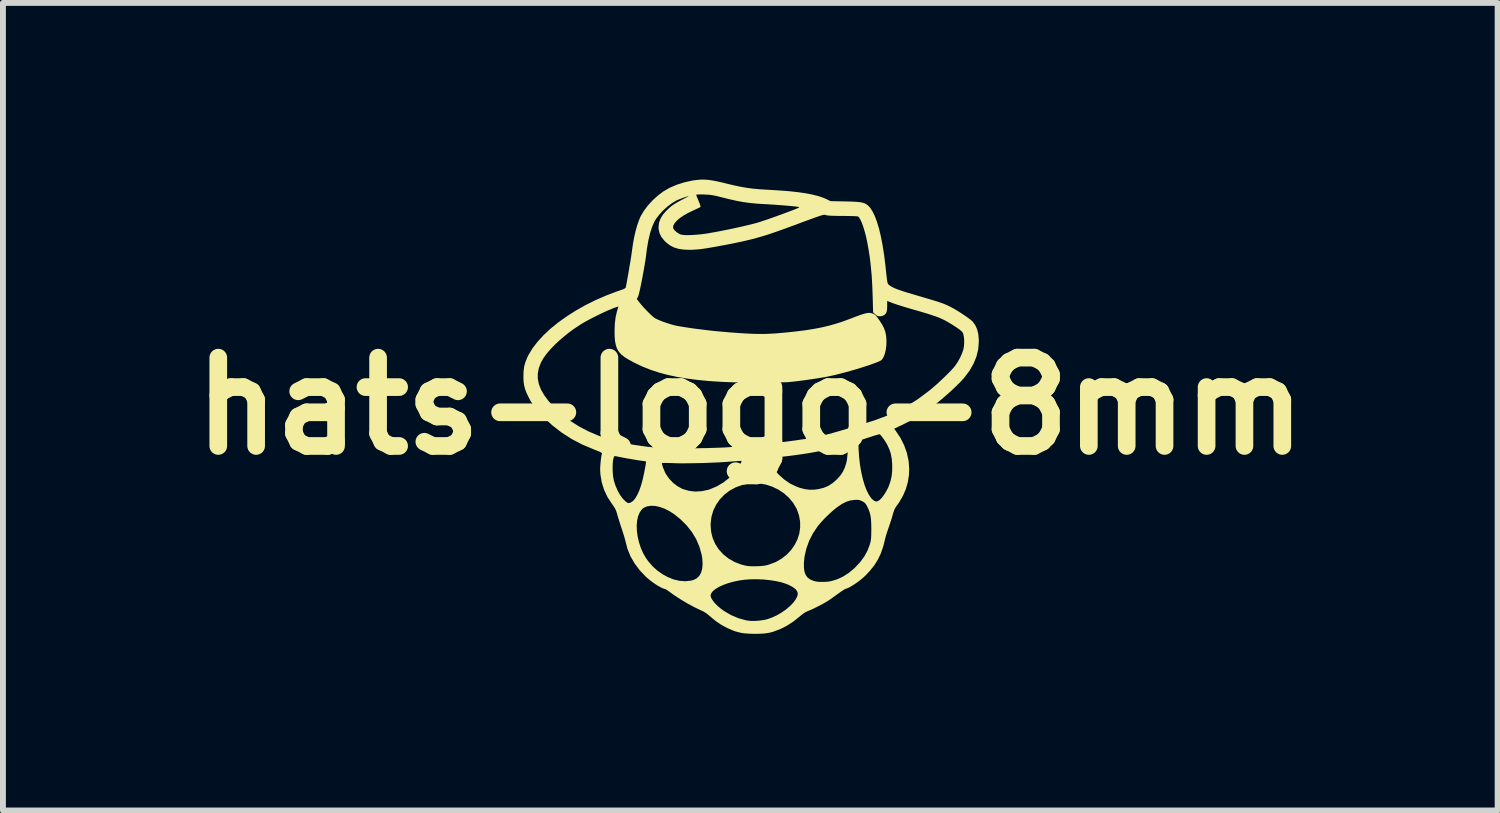
<source format=kicad_pcb>
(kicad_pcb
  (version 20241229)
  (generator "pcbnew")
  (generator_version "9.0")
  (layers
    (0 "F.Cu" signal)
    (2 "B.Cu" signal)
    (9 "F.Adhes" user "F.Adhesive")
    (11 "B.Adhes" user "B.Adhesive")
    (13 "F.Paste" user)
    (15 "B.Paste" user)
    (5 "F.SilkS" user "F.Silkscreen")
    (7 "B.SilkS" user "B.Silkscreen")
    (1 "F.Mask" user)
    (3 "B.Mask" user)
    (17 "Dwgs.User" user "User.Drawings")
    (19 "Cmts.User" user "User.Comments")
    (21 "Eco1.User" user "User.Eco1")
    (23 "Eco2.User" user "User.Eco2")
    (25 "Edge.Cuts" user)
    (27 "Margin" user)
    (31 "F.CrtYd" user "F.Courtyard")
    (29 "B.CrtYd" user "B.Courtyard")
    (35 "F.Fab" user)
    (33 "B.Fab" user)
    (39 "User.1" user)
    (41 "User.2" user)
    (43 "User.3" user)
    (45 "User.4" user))
  (footprint "hats-logo-8mm"
    (layer "F.Cu")
    (at 9.693 3.846)
    (property "Reference" "hats-logo-8mm" (at 0 0 0) (layer "F.SilkS") (effects (font (size 1.5 1.5) (thickness 0.3))))
    (attr board_only exclude_from_pos_files exclude_from_bom)
    (fp_poly (pts (xy -0.725 -3.842) (xy -0.655 -3.833) (xy -0.576 -3.818) (xy -0.484 -3.798) (xy -0.396 -3.776) (xy -0.274 -3.747) (xy -0.164 -3.724) (xy -0.06 -3.706) (xy 0.045 -3.692) (xy 0.155 -3.682) (xy 0.278 -3.674) (xy 0.298 -3.673) (xy 0.485 -3.662) (xy 0.653 -3.649) (xy 0.803 -3.633) (xy 0.936 -3.614) (xy 1.051 -3.592) (xy 1.151 -3.567) (xy 1.235 -3.539) (xy 1.285 -3.518) (xy 1.363 -3.48) (xy 1.607 -3.475) (xy 1.697 -3.473) (xy 1.769 -3.47) (xy 1.827 -3.466) (xy 1.873 -3.461) (xy 1.909 -3.453) (xy 1.939 -3.444) (xy 1.964 -3.431) (xy 1.988 -3.415) (xy 1.99 -3.414) (xy 2.034 -3.37) (xy 2.075 -3.307) (xy 2.115 -3.226) (xy 2.152 -3.127) (xy 2.187 -3.011) (xy 2.218 -2.878) (xy 2.247 -2.729) (xy 2.273 -2.565) (xy 2.295 -2.385) (xy 2.296 -2.377) (xy 2.305 -2.293) (xy 2.312 -2.227) (xy 2.318 -2.175) (xy 2.323 -2.136) (xy 2.328 -2.108) (xy 2.333 -2.088) (xy 2.339 -2.075) (xy 2.346 -2.065) (xy 2.354 -2.058) (xy 2.365 -2.05) (xy 2.371 -2.046) (xy 2.392 -2.031) (xy 2.418 -2.017) (xy 2.449 -2.002) (xy 2.489 -1.986) (xy 2.539 -1.968) (xy 2.6 -1.947) (xy 2.675 -1.924) (xy 2.765 -1.897) (xy 2.871 -1.866) (xy 2.884 -1.862) (xy 2.985 -1.832) (xy 3.069 -1.807) (xy 3.139 -1.786) (xy 3.197 -1.768) (xy 3.245 -1.751) (xy 3.287 -1.736) (xy 3.323 -1.721) (xy 3.356 -1.706) (xy 3.389 -1.69) (xy 3.41 -1.679) (xy 3.458 -1.653) (xy 3.512 -1.621) (xy 3.568 -1.586) (xy 3.624 -1.549) (xy 3.677 -1.513) (xy 3.722 -1.48) (xy 3.757 -1.452) (xy 3.778 -1.433) (xy 3.822 -1.371) (xy 3.853 -1.301) (xy 3.873 -1.219) (xy 3.881 -1.124) (xy 3.881 -1.089) (xy 3.871 -0.964) (xy 3.841 -0.84) (xy 3.792 -0.719) (xy 3.724 -0.6) (xy 3.637 -0.485) (xy 3.579 -0.42) (xy 3.499 -0.34) (xy 3.407 -0.253) (xy 3.307 -0.165) (xy 3.205 -0.078) (xy 3.104 0.002) (xy 3.032 0.057) (xy 2.964 0.103) (xy 2.884 0.154) (xy 2.795 0.207) (xy 2.705 0.257) (xy 2.617 0.302) (xy 2.576 0.322) (xy 2.443 0.385) (xy 2.466 0.415) (xy 2.548 0.537) (xy 2.613 0.666) (xy 2.66 0.798) (xy 2.689 0.934) (xy 2.699 1.071) (xy 2.695 1.167) (xy 2.676 1.292) (xy 2.642 1.411) (xy 2.592 1.526) (xy 2.525 1.641) (xy 2.472 1.714) (xy 2.449 1.756) (xy 2.427 1.817) (xy 2.419 1.846) (xy 2.406 1.893) (xy 2.388 1.95) (xy 2.368 2.011) (xy 2.349 2.066) (xy 2.331 2.119) (xy 2.314 2.171) (xy 2.3 2.216) (xy 2.292 2.249) (xy 2.291 2.252) (xy 2.258 2.384) (xy 2.218 2.502) (xy 2.167 2.608) (xy 2.105 2.707) (xy 2.028 2.803) (xy 1.959 2.876) (xy 1.912 2.92) (xy 1.858 2.964) (xy 1.8 3.006) (xy 1.743 3.044) (xy 1.691 3.075) (xy 1.646 3.096) (xy 1.623 3.103) (xy 1.606 3.111) (xy 1.577 3.128) (xy 1.54 3.153) (xy 1.499 3.182) (xy 1.495 3.185) (xy 1.449 3.218) (xy 1.403 3.251) (xy 1.361 3.281) (xy 1.331 3.301) (xy 1.292 3.326) (xy 1.241 3.355) (xy 1.183 3.386) (xy 1.124 3.416) (xy 1.068 3.444) (xy 1.018 3.466) (xy 0.981 3.481) (xy 0.977 3.483) (xy 0.939 3.5) (xy 0.895 3.529) (xy 0.843 3.571) (xy 0.841 3.573) (xy 0.73 3.661) (xy 0.62 3.732) (xy 0.508 3.789) (xy 0.39 3.833) (xy 0.331 3.849) (xy 0.281 3.858) (xy 0.218 3.865) (xy 0.144 3.868) (xy 0.067 3.869) (xy -0.01 3.867) (xy -0.082 3.862) (xy -0.143 3.855) (xy -0.175 3.848) (xy -0.215 3.838) (xy -0.251 3.828) (xy -0.277 3.819) (xy -0.278 3.819) (xy -0.39 3.771) (xy -0.488 3.719) (xy -0.577 3.659) (xy -0.664 3.589) (xy -0.681 3.573) (xy -0.739 3.526) (xy -0.791 3.492) (xy -0.816 3.48) (xy -0.931 3.426) (xy -1.054 3.361) (xy -1.177 3.288) (xy -1.283 3.219) (xy -0.674 3.219) (xy -0.666 3.255) (xy -0.642 3.297) (xy -0.606 3.344) (xy -0.558 3.393) (xy -0.501 3.441) (xy -0.445 3.482) (xy -0.326 3.551) (xy -0.201 3.604) (xy -0.074 3.639) (xy -0.044 3.644) (xy 0.011 3.65) (xy 0.078 3.65) (xy 0.15 3.645) (xy 0.219 3.636) (xy 0.278 3.624) (xy 0.278 3.624) (xy 0.363 3.595) (xy 0.448 3.556) (xy 0.529 3.509) (xy 0.606 3.456) (xy 0.674 3.398) (xy 0.731 3.339) (xy 0.774 3.28) (xy 0.801 3.224) (xy 0.807 3.183) (xy 0.795 3.144) (xy 0.765 3.107) (xy 0.717 3.072) (xy 0.65 3.037) (xy 0.605 3.019) (xy 0.529 2.994) (xy 0.438 2.974) (xy 0.336 2.958) (xy 0.229 2.947) (xy 0.12 2.942) (xy 0.015 2.942) (xy -0.084 2.949) (xy -0.088 2.949) (xy -0.188 2.963) (xy -0.284 2.983) (xy -0.374 3.008) (xy -0.455 3.037) (xy -0.526 3.069) (xy -0.585 3.104) (xy -0.631 3.139) (xy -0.661 3.176) (xy -0.674 3.212) (xy -0.674 3.219) (xy -1.283 3.219) (xy -1.294 3.212) (xy -1.359 3.165) (xy -1.393 3.14) (xy -1.423 3.121) (xy -1.443 3.109) (xy -1.449 3.107) (xy -1.476 3.1) (xy -1.514 3.083) (xy -1.56 3.058) (xy -1.612 3.025) (xy -1.665 2.988) (xy -1.716 2.949) (xy -1.763 2.909) (xy -1.77 2.903) (xy -1.875 2.793) (xy -1.963 2.676) (xy -2.034 2.554) (xy -2.086 2.426) (xy -2.115 2.315) (xy -2.124 2.28) (xy -2.137 2.232) (xy -2.154 2.176) (xy -2.173 2.117) (xy -2.183 2.086) (xy -2.202 2.03) (xy -1.929 2.03) (xy -1.926 2.121) (xy -1.913 2.216) (xy -1.891 2.312) (xy -1.861 2.406) (xy -1.821 2.497) (xy -1.773 2.581) (xy -1.732 2.638) (xy -1.656 2.725) (xy -1.577 2.796) (xy -1.49 2.857) (xy -1.408 2.902) (xy -1.307 2.944) (xy -1.206 2.968) (xy -1.106 2.976) (xy -1.011 2.966) (xy -0.967 2.955) (xy -0.912 2.928) (xy -0.868 2.887) (xy -0.836 2.832) (xy -0.817 2.763) (xy -0.81 2.683) (xy -0.815 2.592) (xy -0.826 2.526) (xy -0.864 2.389) (xy -0.92 2.259) (xy -0.993 2.138) (xy -1.084 2.024) (xy -1.085 2.023) (xy -0.674 2.023) (xy -0.665 2.137) (xy -0.638 2.245) (xy -0.594 2.345) (xy -0.534 2.437) (xy -0.459 2.519) (xy -0.37 2.59) (xy -0.268 2.648) (xy -0.172 2.686) (xy -0.119 2.702) (xy -0.069 2.713) (xy -0.018 2.72) (xy 0.041 2.722) (xy 0.113 2.721) (xy 0.117 2.721) (xy 0.18 2.718) (xy 0.231 2.713) (xy 0.275 2.705) (xy 0.321 2.692) (xy 0.321 2.692) (xy 0.396 2.663) (xy 0.911 2.663) (xy 0.911 2.748) (xy 0.921 2.816) (xy 0.942 2.871) (xy 0.974 2.914) (xy 1.02 2.947) (xy 1.079 2.971) (xy 1.094 2.975) (xy 1.139 2.984) (xy 1.196 2.987) (xy 1.259 2.987) (xy 1.32 2.983) (xy 1.369 2.975) (xy 1.474 2.944) (xy 1.579 2.895) (xy 1.679 2.83) (xy 1.772 2.751) (xy 1.782 2.741) (xy 1.868 2.648) (xy 1.936 2.556) (xy 1.988 2.462) (xy 2.026 2.363) (xy 2.035 2.335) (xy 2.043 2.305) (xy 2.048 2.274) (xy 2.052 2.239) (xy 2.054 2.196) (xy 2.055 2.141) (xy 2.056 2.086) (xy 2.054 1.996) (xy 2.05 1.922) (xy 2.041 1.86) (xy 2.027 1.804) (xy 2.007 1.751) (xy 1.981 1.698) (xy 1.981 1.698) (xy 1.961 1.663) (xy 1.94 1.641) (xy 1.912 1.622) (xy 1.898 1.616) (xy 1.87 1.603) (xy 1.845 1.595) (xy 1.817 1.593) (xy 1.78 1.594) (xy 1.765 1.595) (xy 1.698 1.604) (xy 1.631 1.626) (xy 1.562 1.66) (xy 1.487 1.71) (xy 1.45 1.738) (xy 1.392 1.786) (xy 1.329 1.844) (xy 1.265 1.906) (xy 1.207 1.969) (xy 1.157 2.027) (xy 1.142 2.047) (xy 1.062 2.166) (xy 0.998 2.293) (xy 0.951 2.425) (xy 0.921 2.558) (xy 0.911 2.663) (xy 0.396 2.663) (xy 0.432 2.65) (xy 0.531 2.593) (xy 0.618 2.525) (xy 0.692 2.447) (xy 0.753 2.36) (xy 0.8 2.267) (xy 0.832 2.168) (xy 0.847 2.065) (xy 0.846 1.96) (xy 0.827 1.856) (xy 0.79 1.752) (xy 0.786 1.743) (xy 0.729 1.646) (xy 0.658 1.56) (xy 0.573 1.484) (xy 0.478 1.42) (xy 0.374 1.37) (xy 0.264 1.334) (xy 0.15 1.315) (xy 0.035 1.312) (xy -0.02 1.317) (xy -0.139 1.342) (xy -0.25 1.382) (xy -0.351 1.437) (xy -0.44 1.505) (xy -0.516 1.584) (xy -0.579 1.674) (xy -0.627 1.772) (xy -0.659 1.879) (xy -0.673 1.992) (xy -0.674 2.023) (xy -1.085 2.023) (xy -1.193 1.917) (xy -1.293 1.837) (xy -1.375 1.784) (xy -1.457 1.743) (xy -1.538 1.714) (xy -1.616 1.697) (xy -1.688 1.694) (xy -1.752 1.704) (xy -1.807 1.727) (xy -1.838 1.751) (xy -1.876 1.803) (xy -1.904 1.868) (xy -1.922 1.945) (xy -1.929 2.03) (xy -2.202 2.03) (xy -2.203 2.025) (xy -2.223 1.963) (xy -2.241 1.905) (xy -2.256 1.857) (xy -2.26 1.839) (xy -2.274 1.794) (xy -2.288 1.758) (xy -2.306 1.725) (xy -2.331 1.687) (xy -2.347 1.666) (xy -2.425 1.547) (xy -2.484 1.422) (xy -2.524 1.293) (xy -2.546 1.158) (xy -2.55 1.07) (xy -2.548 1.027) (xy -2.338 1.027) (xy -2.338 1.086) (xy -2.335 1.145) (xy -2.329 1.202) (xy -2.32 1.253) (xy -2.316 1.269) (xy -2.289 1.355) (xy -2.253 1.436) (xy -2.212 1.51) (xy -2.167 1.572) (xy -2.12 1.619) (xy -2.113 1.624) (xy -2.088 1.642) (xy -2.071 1.649) (xy -2.053 1.647) (xy -2.027 1.637) (xy -1.991 1.612) (xy -1.954 1.569) (xy -1.919 1.509) (xy -1.885 1.434) (xy -1.854 1.345) (xy -1.826 1.243) (xy -1.804 1.141) (xy -1.791 1.073) (xy -1.781 1.022) (xy -1.775 0.985) (xy -1.773 0.969) (xy -1.501 0.969) (xy -1.5 0.983) (xy -1.493 1.01) (xy -1.482 1.045) (xy -1.466 1.084) (xy -1.45 1.122) (xy -1.434 1.153) (xy -1.38 1.232) (xy -1.313 1.303) (xy -1.235 1.363) (xy -1.153 1.407) (xy -1.143 1.411) (xy -1.039 1.441) (xy -0.931 1.453) (xy -0.82 1.446) (xy -0.707 1.421) (xy -0.684 1.413) (xy -0.568 1.364) (xy -0.459 1.3) (xy -0.36 1.222) (xy -0.274 1.133) (xy -0.228 1.073) (xy -0.197 1.026) (xy -0.172 0.986) (xy -0.155 0.956) (xy -0.148 0.937) (xy -0.148 0.933) (xy -0.159 0.932) (xy -0.185 0.933) (xy -0.225 0.936) (xy -0.275 0.939) (xy -0.323 0.943) (xy -0.422 0.95) (xy -0.533 0.957) (xy -0.65 0.962) (xy -0.771 0.967) (xy -0.891 0.97) (xy -1.007 0.972) (xy -1.116 0.973) (xy -1.212 0.973) (xy -1.294 0.971) (xy -1.303 0.97) (xy -1.362 0.968) (xy -1.415 0.967) (xy -1.457 0.967) (xy -1.487 0.967) (xy -1.5 0.969) (xy -1.501 0.969) (xy -1.773 0.969) (xy -1.772 0.961) (xy -1.773 0.947) (xy -1.775 0.94) (xy -1.78 0.938) (xy -1.8 0.936) (xy -1.835 0.931) (xy -1.882 0.925) (xy -1.937 0.916) (xy -1.995 0.906) (xy -2.054 0.896) (xy -2.087 0.891) (xy 0.292 0.891) (xy 0.328 0.956) (xy 0.398 1.065) (xy 0.481 1.163) (xy 0.576 1.248) (xy 0.68 1.319) (xy 0.792 1.372) (xy 0.83 1.386) (xy 0.922 1.411) (xy 1.007 1.422) (xy 1.094 1.42) (xy 1.157 1.411) (xy 1.248 1.389) (xy 1.328 1.355) (xy 1.402 1.306) (xy 1.47 1.246) (xy 1.529 1.181) (xy 1.573 1.115) (xy 1.607 1.042) (xy 1.632 0.96) (xy 1.641 0.918) (xy 1.647 0.866) (xy 1.652 0.811) (xy 1.654 0.757) (xy 1.653 0.71) (xy 1.649 0.675) (xy 1.647 0.667) (xy 1.64 0.646) (xy 1.575 0.666) (xy 1.48 0.693) (xy 1.39 0.717) (xy 1.3 0.739) (xy 1.21 0.759) (xy 1.116 0.778) (xy 1.017 0.796) (xy 0.91 0.813) (xy 0.793 0.83) (xy 0.664 0.847) (xy 0.52 0.864) (xy 0.358 0.883) (xy 0.344 0.885) (xy 0.292 0.891) (xy -2.087 0.891) (xy -2.109 0.887) (xy -2.157 0.877) (xy -2.174 0.874) (xy -2.22 0.865) (xy -2.259 0.857) (xy -2.288 0.852) (xy -2.302 0.85) (xy -2.302 0.85) (xy -2.314 0.859) (xy -2.323 0.885) (xy -2.331 0.923) (xy -2.336 0.972) (xy -2.338 1.027) (xy -2.548 1.027) (xy -2.548 1.021) (xy -2.543 0.963) (xy -2.537 0.904) (xy -2.529 0.849) (xy -2.52 0.807) (xy -2.519 0.803) (xy -2.527 0.794) (xy -2.553 0.779) (xy -2.598 0.76) (xy -2.652 0.739) (xy -2.85 0.656) (xy -3.032 0.561) (xy -3.201 0.453) (xy -3.358 0.332) (xy -3.503 0.199) (xy -3.594 0.102) (xy -3.669 0.008) (xy -3.731 -0.085) (xy -3.771 -0.161) (xy -3.804 -0.232) (xy -3.827 -0.293) (xy -3.841 -0.35) (xy -3.85 -0.41) (xy -3.853 -0.479) (xy -3.853 -0.508) (xy -3.852 -0.555) (xy -3.609 -0.555) (xy -3.609 -0.464) (xy -3.591 -0.372) (xy -3.555 -0.279) (xy -3.5 -0.184) (xy -3.427 -0.085) (xy -3.335 0.016) (xy -3.322 0.03) (xy -3.194 0.148) (xy -3.056 0.253) (xy -2.907 0.348) (xy -2.748 0.431) (xy -2.576 0.504) (xy -2.391 0.566) (xy -2.192 0.617) (xy -1.978 0.659) (xy -1.748 0.692) (xy -1.534 0.713) (xy -1.486 0.715) (xy -1.421 0.717) (xy -1.342 0.718) (xy -1.252 0.719) (xy -1.154 0.719) (xy -1.05 0.719) (xy -0.942 0.718) (xy -0.835 0.716) (xy -0.729 0.714) (xy -0.63 0.711) (xy -0.538 0.708) (xy -0.456 0.705) (xy -0.388 0.701) (xy -0.357 0.699) (xy -0.124 0.68) (xy 0.09 0.66) (xy 0.287 0.641) (xy 0.309 0.639) (xy 1.837 0.639) (xy 1.838 0.678) (xy 1.839 0.733) (xy 1.84 0.742) (xy 1.849 0.875) (xy 1.864 1.003) (xy 1.885 1.125) (xy 1.911 1.238) (xy 1.941 1.341) (xy 1.975 1.43) (xy 2.013 1.506) (xy 2.053 1.564) (xy 2.068 1.58) (xy 2.104 1.61) (xy 2.136 1.622) (xy 2.168 1.615) (xy 2.202 1.592) (xy 2.202 1.592) (xy 2.237 1.555) (xy 2.273 1.506) (xy 2.309 1.448) (xy 2.34 1.389) (xy 2.353 1.357) (xy 2.383 1.272) (xy 2.401 1.188) (xy 2.41 1.099) (xy 2.41 0.999) (xy 2.41 0.992) (xy 2.403 0.898) (xy 2.388 0.816) (xy 2.364 0.741) (xy 2.33 0.666) (xy 2.32 0.647) (xy 2.299 0.611) (xy 2.274 0.573) (xy 2.248 0.537) (xy 2.225 0.507) (xy 2.206 0.486) (xy 2.195 0.479) (xy 2.181 0.482) (xy 2.153 0.49) (xy 2.113 0.501) (xy 2.067 0.516) (xy 2.017 0.532) (xy 1.967 0.548) (xy 1.922 0.563) (xy 1.884 0.576) (xy 1.858 0.585) (xy 1.847 0.59) (xy 1.842 0.598) (xy 1.839 0.613) (xy 1.837 0.639) (xy 0.309 0.639) (xy 0.467 0.622) (xy 0.631 0.602) (xy 0.781 0.582) (xy 0.917 0.562) (xy 1.04 0.541) (xy 1.151 0.519) (xy 1.251 0.496) (xy 1.281 0.489) (xy 1.335 0.475) (xy 1.404 0.456) (xy 1.485 0.433) (xy 1.574 0.407) (xy 1.667 0.379) (xy 1.762 0.351) (xy 1.856 0.323) (xy 1.944 0.295) (xy 2.024 0.27) (xy 2.092 0.249) (xy 2.144 0.231) (xy 2.149 0.229) (xy 2.338 0.158) (xy 2.512 0.079) (xy 2.676 -0.009) (xy 2.835 -0.109) (xy 2.992 -0.225) (xy 3.043 -0.264) (xy 3.102 -0.314) (xy 3.166 -0.369) (xy 3.231 -0.429) (xy 3.295 -0.489) (xy 3.355 -0.548) (xy 3.408 -0.602) (xy 3.451 -0.649) (xy 3.48 -0.684) (xy 3.523 -0.748) (xy 3.563 -0.82) (xy 3.596 -0.894) (xy 3.619 -0.961) (xy 3.621 -0.967) (xy 3.629 -1.017) (xy 3.633 -1.074) (xy 3.632 -1.132) (xy 3.626 -1.185) (xy 3.616 -1.228) (xy 3.611 -1.241) (xy 3.598 -1.26) (xy 3.577 -1.28) (xy 3.544 -1.306) (xy 3.498 -1.338) (xy 3.478 -1.351) (xy 3.425 -1.385) (xy 3.377 -1.414) (xy 3.332 -1.44) (xy 3.289 -1.463) (xy 3.244 -1.484) (xy 3.195 -1.505) (xy 3.141 -1.525) (xy 3.077 -1.546) (xy 3.003 -1.57) (xy 2.917 -1.596) (xy 2.814 -1.626) (xy 2.76 -1.641) (xy 2.685 -1.663) (xy 2.612 -1.685) (xy 2.545 -1.706) (xy 2.486 -1.725) (xy 2.439 -1.741) (xy 2.407 -1.752) (xy 2.406 -1.753) (xy 2.325 -1.785) (xy 2.325 -1.698) (xy 2.323 -1.641) (xy 2.316 -1.601) (xy 2.302 -1.571) (xy 2.28 -1.549) (xy 2.266 -1.54) (xy 2.238 -1.529) (xy 2.204 -1.524) (xy 2.199 -1.524) (xy 2.169 -1.527) (xy 2.143 -1.54) (xy 2.122 -1.557) (xy 2.086 -1.591) (xy 2.079 -1.848) (xy 2.072 -2.039) (xy 2.062 -2.213) (xy 2.047 -2.375) (xy 2.029 -2.528) (xy 2.006 -2.675) (xy 1.979 -2.82) (xy 1.977 -2.827) (xy 1.958 -2.909) (xy 1.937 -2.986) (xy 1.915 -3.057) (xy 1.892 -3.117) (xy 1.87 -3.166) (xy 1.849 -3.201) (xy 1.831 -3.219) (xy 1.83 -3.22) (xy 1.815 -3.222) (xy 1.784 -3.224) (xy 1.74 -3.226) (xy 1.684 -3.227) (xy 1.62 -3.228) (xy 1.568 -3.229) (xy 1.479 -3.229) (xy 1.409 -3.231) (xy 1.355 -3.233) (xy 1.316 -3.236) (xy 1.292 -3.241) (xy 1.287 -3.242) (xy 1.278 -3.245) (xy 1.271 -3.247) (xy 1.262 -3.248) (xy 1.25 -3.248) (xy 1.235 -3.245) (xy 1.215 -3.24) (xy 1.187 -3.231) (xy 1.152 -3.219) (xy 1.107 -3.204) (xy 1.051 -3.183) (xy 0.982 -3.158) (xy 0.899 -3.128) (xy 0.801 -3.091) (xy 0.687 -3.049) (xy 0.681 -3.047) (xy 0.548 -2.998) (xy 0.429 -2.956) (xy 0.321 -2.919) (xy 0.218 -2.887) (xy 0.118 -2.858) (xy 0.017 -2.831) (xy -0.088 -2.806) (xy -0.201 -2.781) (xy -0.327 -2.755) (xy -0.468 -2.728) (xy -0.474 -2.727) (xy -0.582 -2.707) (xy -0.673 -2.691) (xy -0.751 -2.678) (xy -0.819 -2.668) (xy -0.878 -2.661) (xy -0.933 -2.657) (xy -0.985 -2.654) (xy -1.031 -2.653) (xy -1.132 -2.657) (xy -1.22 -2.67) (xy -1.295 -2.693) (xy -1.363 -2.728) (xy -1.426 -2.776) (xy -1.461 -2.81) (xy -1.51 -2.871) (xy -1.541 -2.934) (xy -1.556 -3.001) (xy -1.558 -3.03) (xy -1.311 -3.03) (xy -1.305 -3.01) (xy -1.282 -2.98) (xy -1.247 -2.95) (xy -1.207 -2.925) (xy -1.183 -2.914) (xy -1.149 -2.907) (xy -1.1 -2.903) (xy -1.037 -2.903) (xy -0.964 -2.906) (xy -0.884 -2.912) (xy -0.801 -2.921) (xy -0.716 -2.933) (xy -0.68 -2.94) (xy -0.572 -2.959) (xy -0.459 -2.981) (xy -0.345 -3.004) (xy -0.233 -3.028) (xy -0.126 -3.052) (xy -0.03 -3.075) (xy 0.055 -3.096) (xy 0.112 -3.111) (xy 0.159 -3.126) (xy 0.221 -3.146) (xy 0.293 -3.17) (xy 0.372 -3.198) (xy 0.454 -3.227) (xy 0.536 -3.257) (xy 0.556 -3.264) (xy 0.638 -3.295) (xy 0.702 -3.319) (xy 0.752 -3.338) (xy 0.788 -3.353) (xy 0.812 -3.363) (xy 0.825 -3.371) (xy 0.83 -3.376) (xy 0.827 -3.379) (xy 0.82 -3.382) (xy 0.792 -3.386) (xy 0.747 -3.391) (xy 0.689 -3.397) (xy 0.621 -3.403) (xy 0.545 -3.409) (xy 0.465 -3.415) (xy 0.384 -3.421) (xy 0.304 -3.426) (xy 0.245 -3.429) (xy 0.113 -3.437) (xy -0.006 -3.449) (xy -0.119 -3.464) (xy -0.232 -3.485) (xy -0.353 -3.512) (xy -0.438 -3.533) (xy -0.509 -3.551) (xy -0.566 -3.565) (xy -0.612 -3.575) (xy -0.651 -3.582) (xy -0.688 -3.587) (xy -0.726 -3.59) (xy -0.77 -3.592) (xy -0.784 -3.593) (xy -0.846 -3.594) (xy -0.89 -3.593) (xy -0.913 -3.591) (xy -0.918 -3.587) (xy -0.915 -3.574) (xy -0.905 -3.548) (xy -0.89 -3.512) (xy -0.878 -3.483) (xy -0.861 -3.441) (xy -0.85 -3.408) (xy -0.845 -3.386) (xy -0.846 -3.381) (xy -0.858 -3.374) (xy -0.884 -3.361) (xy -0.92 -3.344) (xy -0.963 -3.324) (xy -0.964 -3.324) (xy -1.053 -3.281) (xy -1.131 -3.237) (xy -1.197 -3.192) (xy -1.248 -3.148) (xy -1.285 -3.105) (xy -1.307 -3.066) (xy -1.311 -3.03) (xy -1.558 -3.03) (xy -1.558 -3.038) (xy -1.55 -3.111) (xy -1.526 -3.181) (xy -1.485 -3.249) (xy -1.434 -3.308) (xy -1.391 -3.351) (xy -1.351 -3.386) (xy -1.307 -3.419) (xy -1.256 -3.451) (xy -1.194 -3.485) (xy -1.159 -3.504) (xy -1.117 -3.526) (xy -1.082 -3.545) (xy -1.057 -3.558) (xy -1.047 -3.565) (xy -1.047 -3.566) (xy -1.063 -3.562) (xy -1.092 -3.553) (xy -1.129 -3.541) (xy -1.171 -3.525) (xy -1.21 -3.51) (xy -1.244 -3.495) (xy -1.258 -3.489) (xy -1.333 -3.444) (xy -1.408 -3.387) (xy -1.481 -3.321) (xy -1.546 -3.25) (xy -1.6 -3.179) (xy -1.629 -3.131) (xy -1.668 -3.042) (xy -1.702 -2.936) (xy -1.731 -2.813) (xy -1.755 -2.676) (xy -1.768 -2.574) (xy -1.774 -2.524) (xy -1.783 -2.463) (xy -1.795 -2.394) (xy -1.808 -2.319) (xy -1.822 -2.242) (xy -1.836 -2.164) (xy -1.851 -2.09) (xy -1.865 -2.021) (xy -1.878 -1.961) (xy -1.89 -1.912) (xy -1.899 -1.877) (xy -1.905 -1.862) (xy -1.927 -1.817) (xy -1.886 -1.763) (xy -1.855 -1.725) (xy -1.817 -1.681) (xy -1.774 -1.635) (xy -1.73 -1.59) (xy -1.688 -1.549) (xy -1.652 -1.517) (xy -1.626 -1.496) (xy -1.593 -1.478) (xy -1.546 -1.457) (xy -1.488 -1.434) (xy -1.424 -1.412) (xy -1.359 -1.391) (xy -1.296 -1.373) (xy -1.28 -1.369) (xy -1.235 -1.36) (xy -1.173 -1.349) (xy -1.098 -1.337) (xy -1.012 -1.324) (xy -0.92 -1.311) (xy -0.822 -1.299) (xy -0.724 -1.287) (xy -0.627 -1.276) (xy -0.534 -1.267) (xy -0.466 -1.261) (xy -0.325 -1.249) (xy -0.2 -1.24) (xy -0.089 -1.233) (xy 0.01 -1.228) (xy 0.102 -1.225) (xy 0.188 -1.224) (xy 0.271 -1.225) (xy 0.354 -1.229) (xy 0.44 -1.234) (xy 0.532 -1.242) (xy 0.63 -1.251) (xy 0.796 -1.269) (xy 0.945 -1.288) (xy 1.081 -1.31) (xy 1.207 -1.334) (xy 1.326 -1.362) (xy 1.441 -1.394) (xy 1.556 -1.43) (xy 1.673 -1.473) (xy 1.71 -1.487) (xy 1.793 -1.519) (xy 1.861 -1.544) (xy 1.916 -1.562) (xy 1.96 -1.574) (xy 1.995 -1.581) (xy 2.024 -1.582) (xy 2.05 -1.579) (xy 2.073 -1.572) (xy 2.082 -1.569) (xy 2.103 -1.559) (xy 2.121 -1.546) (xy 2.14 -1.527) (xy 2.162 -1.498) (xy 2.192 -1.457) (xy 2.194 -1.454) (xy 2.239 -1.385) (xy 2.271 -1.323) (xy 2.293 -1.262) (xy 2.306 -1.197) (xy 2.308 -1.183) (xy 2.313 -1.109) (xy 2.311 -1.033) (xy 2.302 -0.961) (xy 2.287 -0.895) (xy 2.267 -0.839) (xy 2.242 -0.796) (xy 2.226 -0.779) (xy 2.204 -0.766) (xy 2.165 -0.748) (xy 2.111 -0.728) (xy 2.046 -0.704) (xy 1.971 -0.679) (xy 1.889 -0.653) (xy 1.802 -0.626) (xy 1.713 -0.6) (xy 1.623 -0.575) (xy 1.535 -0.552) (xy 1.452 -0.531) (xy 1.375 -0.513) (xy 1.35 -0.508) (xy 1.27 -0.492) (xy 1.176 -0.476) (xy 1.072 -0.46) (xy 0.965 -0.444) (xy 0.859 -0.43) (xy 0.76 -0.418) (xy 0.674 -0.409) (xy 0.627 -0.405) (xy 0.563 -0.403) (xy 0.485 -0.401) (xy 0.396 -0.399) (xy 0.298 -0.398) (xy 0.193 -0.398) (xy 0.086 -0.398) (xy -0.022 -0.399) (xy -0.128 -0.4) (xy -0.229 -0.401) (xy -0.323 -0.404) (xy -0.406 -0.407) (xy -0.474 -0.41) (xy -0.692 -0.424) (xy -0.893 -0.443) (xy -1.078 -0.467) (xy -1.249 -0.496) (xy -1.408 -0.53) (xy -1.557 -0.57) (xy -1.698 -0.617) (xy -1.831 -0.67) (xy -1.96 -0.731) (xy -2.069 -0.79) (xy -2.137 -0.832) (xy -2.19 -0.875) (xy -2.232 -0.921) (xy -2.263 -0.973) (xy -2.284 -1.034) (xy -2.298 -1.107) (xy -2.304 -1.194) (xy -2.305 -1.266) (xy -2.301 -1.395) (xy -2.287 -1.51) (xy -2.263 -1.614) (xy -2.258 -1.63) (xy -2.239 -1.691) (xy -2.26 -1.684) (xy -2.314 -1.666) (xy -2.381 -1.639) (xy -2.457 -1.606) (xy -2.539 -1.568) (xy -2.624 -1.526) (xy -2.707 -1.484) (xy -2.785 -1.442) (xy -2.855 -1.402) (xy -2.882 -1.385) (xy -2.996 -1.31) (xy -3.105 -1.229) (xy -3.208 -1.144) (xy -3.303 -1.058) (xy -3.388 -0.971) (xy -3.46 -0.887) (xy -3.518 -0.806) (xy -3.556 -0.737) (xy -3.591 -0.646) (xy -3.609 -0.555) (xy -3.852 -0.555) (xy -3.85 -0.598) (xy -3.839 -0.678) (xy -3.817 -0.753) (xy -3.785 -0.831) (xy -3.766 -0.869) (xy -3.699 -0.98) (xy -3.613 -1.092) (xy -3.512 -1.202) (xy -3.395 -1.312) (xy -3.264 -1.418) (xy -3.12 -1.521) (xy -2.966 -1.619) (xy -2.802 -1.712) (xy -2.629 -1.798) (xy -2.45 -1.876) (xy -2.266 -1.946) (xy -2.201 -1.968) (xy -2.157 -1.984) (xy -2.128 -1.999) (xy -2.116 -2.011) (xy -2.112 -2.029) (xy -2.105 -2.064) (xy -2.096 -2.112) (xy -2.086 -2.17) (xy -2.074 -2.235) (xy -2.062 -2.304) (xy -2.051 -2.373) (xy -2.039 -2.44) (xy -2.029 -2.501) (xy -2.021 -2.554) (xy -2.015 -2.596) (xy -2.012 -2.618) (xy -1.995 -2.739) (xy -1.974 -2.857) (xy -1.949 -2.968) (xy -1.921 -3.069) (xy -1.89 -3.157) (xy -1.861 -3.225) (xy -1.807 -3.315) (xy -1.738 -3.407) (xy -1.657 -3.495) (xy -1.568 -3.576) (xy -1.475 -3.646) (xy -1.471 -3.648) (xy -1.367 -3.708) (xy -1.247 -3.759) (xy -1.117 -3.8) (xy -0.979 -3.83) (xy -0.906 -3.84) (xy -0.847 -3.845) (xy -0.788 -3.846)) (stroke (width 0) (type solid)) (fill yes) (layer "F.SilkS")))
  (gr_rect
    (start -3 -3)
    (end 22.386 10.715)
    (stroke (width 0.1) (type default))
    (fill no)
    (layer "Edge.Cuts")))
</source>
